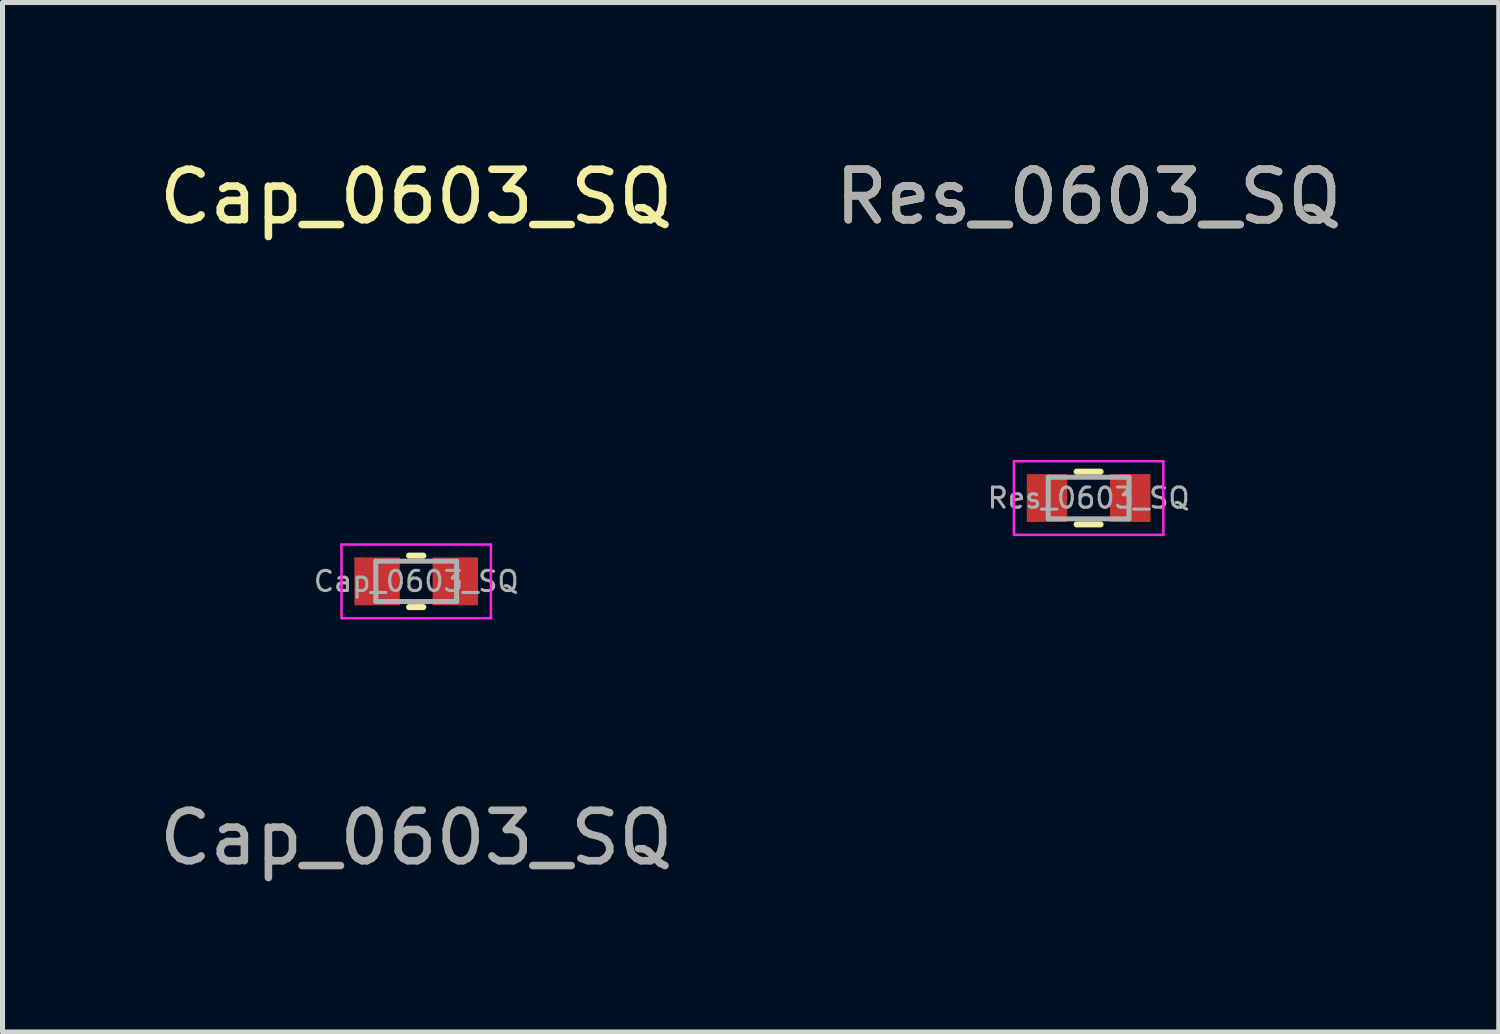
<source format=kicad_pcb>
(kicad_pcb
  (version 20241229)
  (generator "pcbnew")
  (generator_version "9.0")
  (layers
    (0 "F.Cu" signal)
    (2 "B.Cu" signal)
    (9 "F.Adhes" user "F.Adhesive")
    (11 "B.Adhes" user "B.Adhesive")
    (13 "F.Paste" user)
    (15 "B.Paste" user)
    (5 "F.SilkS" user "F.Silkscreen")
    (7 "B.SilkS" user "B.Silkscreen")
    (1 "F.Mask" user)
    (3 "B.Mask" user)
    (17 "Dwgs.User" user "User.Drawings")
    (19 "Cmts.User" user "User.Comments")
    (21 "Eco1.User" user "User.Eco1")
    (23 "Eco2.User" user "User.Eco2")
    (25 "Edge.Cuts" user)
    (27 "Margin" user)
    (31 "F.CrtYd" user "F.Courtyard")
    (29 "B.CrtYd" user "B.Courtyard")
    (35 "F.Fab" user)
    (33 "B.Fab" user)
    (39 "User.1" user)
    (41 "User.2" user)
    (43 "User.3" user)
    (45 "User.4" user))
  (footprint "Cap_0603_SQ"
    (layer "F.Cu")
    (at 5.196 8.468)
    (property "Reference" "Cap_0603_SQ" (at 0 -7.62 0) (unlocked yes) (layer "F.SilkS") (effects (font (size 1 1) (thickness 0.15))))
    (attr smd)
    (fp_line (start -0.141 -0.51) (end 0.141 -0.51) (stroke (width 0.12) (type solid)) (layer "F.SilkS"))
    (fp_line (start -0.141 0.51) (end 0.141 0.51) (stroke (width 0.12) (type solid)) (layer "F.SilkS"))
    (fp_line (start -1.48 -0.73) (end 1.48 -0.73) (stroke (width 0.05) (type solid)) (layer "F.CrtYd"))
    (fp_line (start -1.48 0.73) (end -1.48 -0.73) (stroke (width 0.05) (type solid)) (layer "F.CrtYd"))
    (fp_line (start 1.48 -0.73) (end 1.48 0.73) (stroke (width 0.05) (type solid)) (layer "F.CrtYd"))
    (fp_line (start 1.48 0.73) (end -1.48 0.73) (stroke (width 0.05) (type solid)) (layer "F.CrtYd"))
    (fp_line (start -0.8 -0.4) (end 0.8 -0.4) (stroke (width 0.1) (type solid)) (layer "F.Fab"))
    (fp_line (start -0.8 0.4) (end -0.8 -0.4) (stroke (width 0.1) (type solid)) (layer "F.Fab"))
    (fp_line (start 0.8 -0.4) (end 0.8 0.4) (stroke (width 0.1) (type solid)) (layer "F.Fab"))
    (fp_line (start 0.8 0.4) (end -0.8 0.4) (stroke (width 0.1) (type solid)) (layer "F.Fab"))
    (fp_text user "${REFERENCE}" (at 0 5.08 0) (unlocked yes) (layer "F.Fab") (effects (font (size 1 1) (thickness 0.15))))
    (fp_text user "${REFERENCE}" (at 0 0 0) (layer "F.Fab") (effects (font (size 0.4 0.4) (thickness 0.06))))
    (pad "1" smd rect (at -0.775 0) (size 0.9 0.95) (layers "F.Cu" "F.Mask" "F.Paste"))
    (pad "2" smd rect (at 0.775 0) (size 0.9 0.95) (layers "F.Cu" "F.Mask" "F.Paste")))
  (footprint "Res_0603_SQ"
    (layer "F.Cu")
    (at 18.518 6.817)
    (property "Reference" "Res_0603_SQ" (at 0 -5.969 0) (unlocked yes) (layer "F.SilkS") (effects (font (size 1 1) (thickness 0.15))))
    (attr smd)
    (fp_line (start -0.237 -0.522) (end 0.237 -0.522) (stroke (width 0.12) (type solid)) (layer "F.SilkS"))
    (fp_line (start -0.237 0.522) (end 0.237 0.522) (stroke (width 0.12) (type solid)) (layer "F.SilkS"))
    (fp_line (start -1.48 -0.73) (end 1.48 -0.73) (stroke (width 0.05) (type solid)) (layer "F.CrtYd"))
    (fp_line (start -1.48 0.73) (end -1.48 -0.73) (stroke (width 0.05) (type solid)) (layer "F.CrtYd"))
    (fp_line (start 1.48 -0.73) (end 1.48 0.73) (stroke (width 0.05) (type solid)) (layer "F.CrtYd"))
    (fp_line (start 1.48 0.73) (end -1.48 0.73) (stroke (width 0.05) (type solid)) (layer "F.CrtYd"))
    (fp_line (start -0.8 -0.412) (end 0.8 -0.412) (stroke (width 0.1) (type solid)) (layer "F.Fab"))
    (fp_line (start -0.8 0.412) (end -0.8 -0.412) (stroke (width 0.1) (type solid)) (layer "F.Fab"))
    (fp_line (start 0.8 -0.412) (end 0.8 0.412) (stroke (width 0.1) (type solid)) (layer "F.Fab"))
    (fp_line (start 0.8 0.412) (end -0.8 0.412) (stroke (width 0.1) (type solid)) (layer "F.Fab"))
    (fp_text user "${REFERENCE}" (at 0 -5.969 0) (unlocked yes) (layer "F.Fab") (effects (font (size 1 1) (thickness 0.15))))
    (fp_text user "${REFERENCE}" (at 0 0 0) (layer "F.Fab") (effects (font (size 0.4 0.4) (thickness 0.06))))
    (pad "1" smd rect (at -0.825 0) (size 0.8 0.95) (layers "F.Cu" "F.Mask" "F.Paste"))
    (pad "2" smd rect (at 0.825 0) (size 0.8 0.95) (layers "F.Cu" "F.Mask" "F.Paste")))
  (gr_rect
    (start -3 -3)
    (end 26.643 17.396)
    (stroke (width 0.1) (type default))
    (fill no)
    (layer "Edge.Cuts")))
</source>
